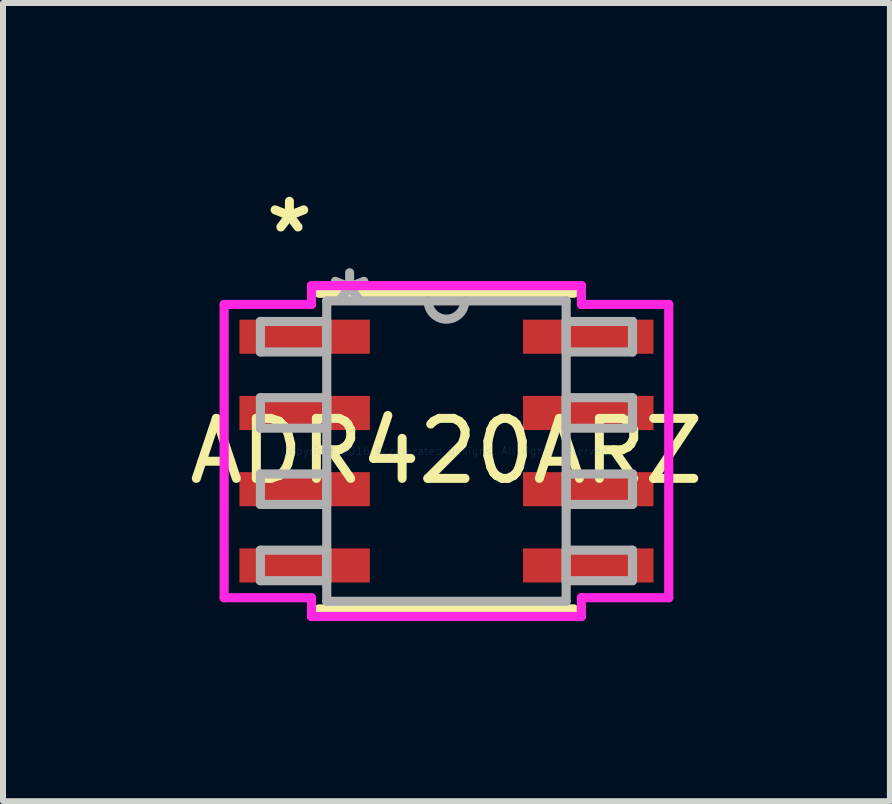
<source format=kicad_pcb>
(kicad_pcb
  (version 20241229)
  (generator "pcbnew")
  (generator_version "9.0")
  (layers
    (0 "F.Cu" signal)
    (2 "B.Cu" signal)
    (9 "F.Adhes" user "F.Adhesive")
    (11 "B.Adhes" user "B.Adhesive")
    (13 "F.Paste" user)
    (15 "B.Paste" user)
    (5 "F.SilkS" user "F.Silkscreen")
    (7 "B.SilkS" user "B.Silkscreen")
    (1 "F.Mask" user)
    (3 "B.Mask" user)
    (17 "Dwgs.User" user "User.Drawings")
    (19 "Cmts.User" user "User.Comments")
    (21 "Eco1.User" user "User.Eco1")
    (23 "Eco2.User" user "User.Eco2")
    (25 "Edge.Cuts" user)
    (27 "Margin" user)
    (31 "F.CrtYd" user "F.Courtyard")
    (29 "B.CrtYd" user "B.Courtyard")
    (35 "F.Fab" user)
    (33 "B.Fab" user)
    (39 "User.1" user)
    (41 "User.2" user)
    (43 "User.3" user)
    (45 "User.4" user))
  (footprint "ADR420ARZ"
    (layer "F.Cu")
    (at 4.387 4.464)
    (property "Reference" "ADR420ARZ" (at 0 0 0) (layer "F.SilkS") (effects (font (size 1 1) (thickness 0.15))))
    (attr through_hole)
    (fp_line (start -2.121 2.629) (end 2.121 2.629) (stroke (width 0.152) (type solid)) (layer "F.SilkS"))
    (fp_line (start 2.121 -2.629) (end -2.121 -2.629) (stroke (width 0.152) (type solid)) (layer "F.SilkS"))
    (fp_line (start -3.703 -2.443) (end -2.248 -2.443) (stroke (width 0.152) (type solid)) (layer "F.CrtYd"))
    (fp_line (start -3.703 2.443) (end -3.703 -2.443) (stroke (width 0.152) (type solid)) (layer "F.CrtYd"))
    (fp_line (start -2.248 -2.756) (end 2.248 -2.756) (stroke (width 0.152) (type solid)) (layer "F.CrtYd"))
    (fp_line (start -2.248 -2.443) (end -2.248 -2.756) (stroke (width 0.152) (type solid)) (layer "F.CrtYd"))
    (fp_line (start -2.248 2.443) (end -3.703 2.443) (stroke (width 0.152) (type solid)) (layer "F.CrtYd"))
    (fp_line (start -2.248 2.756) (end -2.248 2.443) (stroke (width 0.152) (type solid)) (layer "F.CrtYd"))
    (fp_line (start 2.248 -2.756) (end 2.248 -2.443) (stroke (width 0.152) (type solid)) (layer "F.CrtYd"))
    (fp_line (start 2.248 -2.443) (end 3.703 -2.443) (stroke (width 0.152) (type solid)) (layer "F.CrtYd"))
    (fp_line (start 2.248 2.443) (end 2.248 2.756) (stroke (width 0.152) (type solid)) (layer "F.CrtYd"))
    (fp_line (start 2.248 2.756) (end -2.248 2.756) (stroke (width 0.152) (type solid)) (layer "F.CrtYd"))
    (fp_line (start 3.703 -2.443) (end 3.703 2.443) (stroke (width 0.152) (type solid)) (layer "F.CrtYd"))
    (fp_line (start 3.703 2.443) (end 2.248 2.443) (stroke (width 0.152) (type solid)) (layer "F.CrtYd"))
    (fp_line (start -3.099 -2.159) (end -3.099 -1.651) (stroke (width 0.152) (type solid)) (layer "F.Fab"))
    (fp_line (start -3.099 -1.651) (end -1.994 -1.651) (stroke (width 0.152) (type solid)) (layer "F.Fab"))
    (fp_line (start -3.099 -0.889) (end -3.099 -0.381) (stroke (width 0.152) (type solid)) (layer "F.Fab"))
    (fp_line (start -3.099 -0.381) (end -1.994 -0.381) (stroke (width 0.152) (type solid)) (layer "F.Fab"))
    (fp_line (start -3.099 0.381) (end -3.099 0.889) (stroke (width 0.152) (type solid)) (layer "F.Fab"))
    (fp_line (start -3.099 0.889) (end -1.994 0.889) (stroke (width 0.152) (type solid)) (layer "F.Fab"))
    (fp_line (start -3.099 1.651) (end -3.099 2.159) (stroke (width 0.152) (type solid)) (layer "F.Fab"))
    (fp_line (start -3.099 2.159) (end -1.994 2.159) (stroke (width 0.152) (type solid)) (layer "F.Fab"))
    (fp_line (start -1.994 -2.502) (end -1.994 2.502) (stroke (width 0.152) (type solid)) (layer "F.Fab"))
    (fp_line (start -1.994 -2.159) (end -3.099 -2.159) (stroke (width 0.152) (type solid)) (layer "F.Fab"))
    (fp_line (start -1.994 -1.651) (end -1.994 -2.159) (stroke (width 0.152) (type solid)) (layer "F.Fab"))
    (fp_line (start -1.994 -0.889) (end -3.099 -0.889) (stroke (width 0.152) (type solid)) (layer "F.Fab"))
    (fp_line (start -1.994 -0.381) (end -1.994 -0.889) (stroke (width 0.152) (type solid)) (layer "F.Fab"))
    (fp_line (start -1.994 0.381) (end -3.099 0.381) (stroke (width 0.152) (type solid)) (layer "F.Fab"))
    (fp_line (start -1.994 0.889) (end -1.994 0.381) (stroke (width 0.152) (type solid)) (layer "F.Fab"))
    (fp_line (start -1.994 1.651) (end -3.099 1.651) (stroke (width 0.152) (type solid)) (layer "F.Fab"))
    (fp_line (start -1.994 2.159) (end -1.994 1.651) (stroke (width 0.152) (type solid)) (layer "F.Fab"))
    (fp_line (start -1.994 2.502) (end 1.994 2.502) (stroke (width 0.152) (type solid)) (layer "F.Fab"))
    (fp_line (start 1.994 -2.502) (end -1.994 -2.502) (stroke (width 0.152) (type solid)) (layer "F.Fab"))
    (fp_line (start 1.994 -2.159) (end 1.994 -1.651) (stroke (width 0.152) (type solid)) (layer "F.Fab"))
    (fp_line (start 1.994 -1.651) (end 3.099 -1.651) (stroke (width 0.152) (type solid)) (layer "F.Fab"))
    (fp_line (start 1.994 -0.889) (end 1.994 -0.381) (stroke (width 0.152) (type solid)) (layer "F.Fab"))
    (fp_line (start 1.994 -0.381) (end 3.099 -0.381) (stroke (width 0.152) (type solid)) (layer "F.Fab"))
    (fp_line (start 1.994 0.381) (end 1.994 0.889) (stroke (width 0.152) (type solid)) (layer "F.Fab"))
    (fp_line (start 1.994 0.889) (end 3.099 0.889) (stroke (width 0.152) (type solid)) (layer "F.Fab"))
    (fp_line (start 1.994 1.651) (end 1.994 2.159) (stroke (width 0.152) (type solid)) (layer "F.Fab"))
    (fp_line (start 1.994 2.159) (end 3.099 2.159) (stroke (width 0.152) (type solid)) (layer "F.Fab"))
    (fp_line (start 1.994 2.502) (end 1.994 -2.502) (stroke (width 0.152) (type solid)) (layer "F.Fab"))
    (fp_line (start 3.099 -2.159) (end 1.994 -2.159) (stroke (width 0.152) (type solid)) (layer "F.Fab"))
    (fp_line (start 3.099 -1.651) (end 3.099 -2.159) (stroke (width 0.152) (type solid)) (layer "F.Fab"))
    (fp_line (start 3.099 -0.889) (end 1.994 -0.889) (stroke (width 0.152) (type solid)) (layer "F.Fab"))
    (fp_line (start 3.099 -0.381) (end 3.099 -0.889) (stroke (width 0.152) (type solid)) (layer "F.Fab"))
    (fp_line (start 3.099 0.381) (end 1.994 0.381) (stroke (width 0.152) (type solid)) (layer "F.Fab"))
    (fp_line (start 3.099 0.889) (end 3.099 0.381) (stroke (width 0.152) (type solid)) (layer "F.Fab"))
    (fp_line (start 3.099 1.651) (end 1.994 1.651) (stroke (width 0.152) (type solid)) (layer "F.Fab"))
    (fp_line (start 3.099 2.159) (end 3.099 1.651) (stroke (width 0.152) (type solid)) (layer "F.Fab"))
    (fp_arc (start 0.3048 -2.5019) (mid 0 -2.1971) (end -0.3048 -2.5019) (stroke (width 0.1524) (type solid)) (layer "F.Fab"))
    (fp_text user "*" (at -2.616 -3.616 0) (layer "F.SilkS") (effects (font (size 1 1) (thickness 0.15))))
    (fp_text user "Copyright 2016 Accelerated Designs. All rights reserved." (at 0 0 0) (layer "Cmts.User") (effects (font (size 0.127 0.127) (thickness 0.002))))
    (fp_text user "*" (at -1.613 -2.426 0) (layer "F.Fab") (effects (font (size 1 1) (thickness 0.15))))
    (pad "1" smd rect (at -2.362 -1.905) (size 2.173 0.568) (layers "F.Cu" "F.Mask" "F.Paste"))
    (pad "2" smd rect (at -2.362 -0.635) (size 2.173 0.568) (layers "F.Cu" "F.Mask" "F.Paste"))
    (pad "3" smd rect (at -2.362 0.635) (size 2.173 0.568) (layers "F.Cu" "F.Mask" "F.Paste"))
    (pad "4" smd rect (at -2.362 1.905) (size 2.173 0.568) (layers "F.Cu" "F.Mask" "F.Paste"))
    (pad "5" smd rect (at 2.362 1.905) (size 2.173 0.568) (layers "F.Cu" "F.Mask" "F.Paste"))
    (pad "6" smd rect (at 2.362 0.635) (size 2.173 0.568) (layers "F.Cu" "F.Mask" "F.Paste"))
    (pad "7" smd rect (at 2.362 -0.635) (size 2.173 0.568) (layers "F.Cu" "F.Mask" "F.Paste"))
    (pad "8" smd rect (at 2.362 -1.905) (size 2.173 0.568) (layers "F.Cu" "F.Mask" "F.Paste")))
  (gr_rect
    (start -3 -3)
    (end 11.774 10.296)
    (stroke (width 0.1) (type default))
    (fill no)
    (layer "Edge.Cuts")))
</source>
